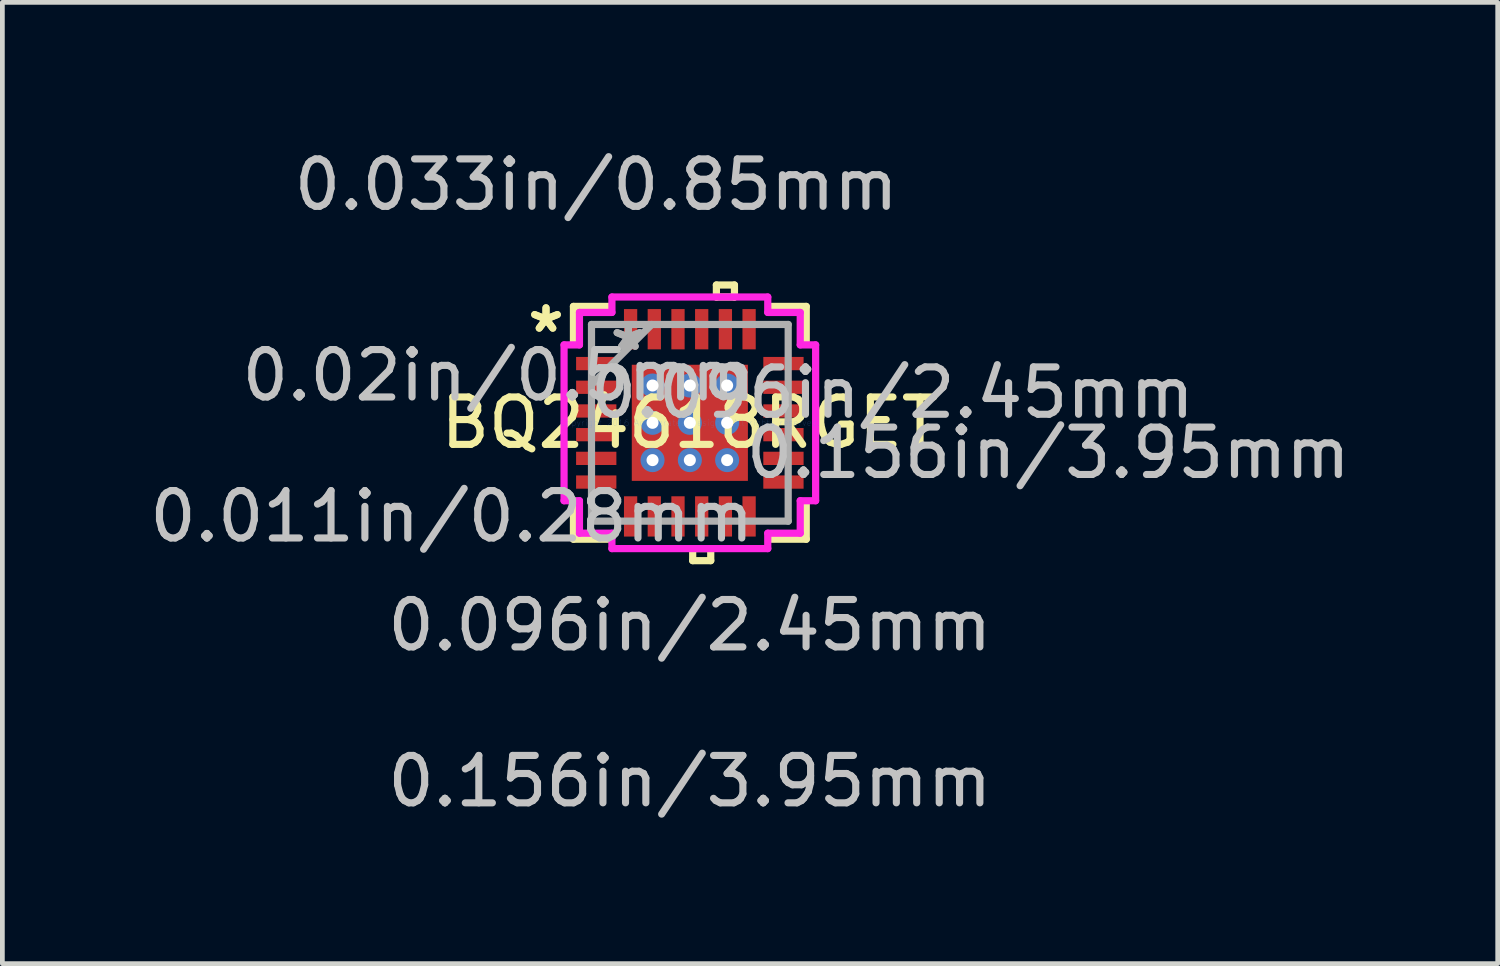
<source format=kicad_pcb>
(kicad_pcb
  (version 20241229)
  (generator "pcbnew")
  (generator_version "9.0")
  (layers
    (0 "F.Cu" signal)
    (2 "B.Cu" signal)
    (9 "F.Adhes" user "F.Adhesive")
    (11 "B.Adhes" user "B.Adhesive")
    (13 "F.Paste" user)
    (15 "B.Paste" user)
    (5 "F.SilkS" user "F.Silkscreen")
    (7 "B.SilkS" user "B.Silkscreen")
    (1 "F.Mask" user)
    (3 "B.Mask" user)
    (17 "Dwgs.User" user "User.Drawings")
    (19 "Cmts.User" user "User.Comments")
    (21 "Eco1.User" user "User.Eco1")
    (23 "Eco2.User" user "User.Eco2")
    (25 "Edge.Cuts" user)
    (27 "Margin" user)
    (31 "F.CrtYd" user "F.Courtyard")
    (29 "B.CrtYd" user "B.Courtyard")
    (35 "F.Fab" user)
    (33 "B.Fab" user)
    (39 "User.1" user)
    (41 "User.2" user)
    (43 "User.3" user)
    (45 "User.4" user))
  (footprint "BQ24618RGET"
    (layer "F.Cu")
    (at 11.505 5.871)
    (property "Reference" "BQ24618RGET" (at 0 0 0) (layer "F.SilkS") (effects (font (size 1 1) (thickness 0.15))))
    (attr through_hole)
    (fp_line (start -1.288 -1.288) (end -0.987 -1.288) (stroke (width 0.152) (type solid)) (layer "F.Mask"))
    (fp_line (start -1.288 -1.288) (end 1.288 -1.288) (stroke (width 0.152) (type solid)) (layer "F.Mask"))
    (fp_line (start -1.288 -0.987) (end -1.288 -1.288) (stroke (width 0.152) (type solid)) (layer "F.Mask"))
    (fp_line (start -1.288 -0.587) (end 1.288 -0.587) (stroke (width 0.152) (type solid)) (layer "F.Mask"))
    (fp_line (start -1.288 -0.2) (end -1.288 -0.587) (stroke (width 0.152) (type solid)) (layer "F.Mask"))
    (fp_line (start -1.288 0.2) (end 1.288 0.2) (stroke (width 0.152) (type solid)) (layer "F.Mask"))
    (fp_line (start -1.288 0.587) (end -1.288 0.2) (stroke (width 0.152) (type solid)) (layer "F.Mask"))
    (fp_line (start -1.288 0.987) (end 1.288 0.987) (stroke (width 0.152) (type solid)) (layer "F.Mask"))
    (fp_line (start -1.288 1.288) (end -1.288 -1.288) (stroke (width 0.152) (type solid)) (layer "F.Mask"))
    (fp_line (start -1.288 1.288) (end -1.288 0.987) (stroke (width 0.152) (type solid)) (layer "F.Mask"))
    (fp_line (start -0.987 -1.288) (end -0.987 1.288) (stroke (width 0.152) (type solid)) (layer "F.Mask"))
    (fp_line (start -0.987 1.288) (end -1.288 1.288) (stroke (width 0.152) (type solid)) (layer "F.Mask"))
    (fp_line (start -0.587 -1.288) (end -0.587 1.288) (stroke (width 0.152) (type solid)) (layer "F.Mask"))
    (fp_line (start -0.587 1.288) (end -0.2 1.288) (stroke (width 0.152) (type solid)) (layer "F.Mask"))
    (fp_line (start -0.2 -1.288) (end -0.587 -1.288) (stroke (width 0.152) (type solid)) (layer "F.Mask"))
    (fp_line (start -0.2 1.288) (end -0.2 -1.288) (stroke (width 0.152) (type solid)) (layer "F.Mask"))
    (fp_line (start 0.2 -1.288) (end 0.2 1.288) (stroke (width 0.152) (type solid)) (layer "F.Mask"))
    (fp_line (start 0.2 1.288) (end 0.587 1.288) (stroke (width 0.152) (type solid)) (layer "F.Mask"))
    (fp_line (start 0.587 -1.288) (end 0.2 -1.288) (stroke (width 0.152) (type solid)) (layer "F.Mask"))
    (fp_line (start 0.587 1.288) (end 0.587 -1.288) (stroke (width 0.152) (type solid)) (layer "F.Mask"))
    (fp_line (start 0.987 -1.288) (end 1.288 -1.288) (stroke (width 0.152) (type solid)) (layer "F.Mask"))
    (fp_line (start 0.987 1.288) (end 0.987 -1.288) (stroke (width 0.152) (type solid)) (layer "F.Mask"))
    (fp_line (start 1.288 -1.288) (end 1.288 -0.987) (stroke (width 0.152) (type solid)) (layer "F.Mask"))
    (fp_line (start 1.288 -1.288) (end 1.288 1.288) (stroke (width 0.152) (type solid)) (layer "F.Mask"))
    (fp_line (start 1.288 -0.987) (end -1.288 -0.987) (stroke (width 0.152) (type solid)) (layer "F.Mask"))
    (fp_line (start 1.288 -0.587) (end 1.288 -0.2) (stroke (width 0.152) (type solid)) (layer "F.Mask"))
    (fp_line (start 1.288 -0.2) (end -1.288 -0.2) (stroke (width 0.152) (type solid)) (layer "F.Mask"))
    (fp_line (start 1.288 0.2) (end 1.288 0.587) (stroke (width 0.152) (type solid)) (layer "F.Mask"))
    (fp_line (start 1.288 0.587) (end -1.288 0.587) (stroke (width 0.152) (type solid)) (layer "F.Mask"))
    (fp_line (start 1.288 0.987) (end 1.288 1.288) (stroke (width 0.152) (type solid)) (layer "F.Mask"))
    (fp_line (start 1.288 1.288) (end -1.288 1.288) (stroke (width 0.152) (type solid)) (layer "F.Mask"))
    (fp_line (start 1.288 1.288) (end 0.987 1.288) (stroke (width 0.152) (type solid)) (layer "F.Mask"))
    (fp_line (start -2.456 -2.456) (end -2.456 -1.718) (stroke (width 0.152) (type solid)) (layer "F.SilkS"))
    (fp_line (start -2.456 1.718) (end -2.456 2.456) (stroke (width 0.152) (type solid)) (layer "F.SilkS"))
    (fp_line (start -2.456 2.456) (end -1.718 2.456) (stroke (width 0.152) (type solid)) (layer "F.SilkS"))
    (fp_line (start -1.718 -2.456) (end -2.456 -2.456) (stroke (width 0.152) (type solid)) (layer "F.SilkS"))
    (fp_line (start 0.06 2.654) (end 0.06 2.908) (stroke (width 0.152) (type solid)) (layer "F.SilkS"))
    (fp_line (start 0.06 2.908) (end 0.441 2.908) (stroke (width 0.152) (type solid)) (layer "F.SilkS"))
    (fp_line (start 0.441 2.654) (end 0.06 2.654) (stroke (width 0.152) (type solid)) (layer "F.SilkS"))
    (fp_line (start 0.441 2.908) (end 0.441 2.654) (stroke (width 0.152) (type solid)) (layer "F.SilkS"))
    (fp_line (start 0.56 -2.908) (end 0.941 -2.908) (stroke (width 0.152) (type solid)) (layer "F.SilkS"))
    (fp_line (start 0.56 -2.654) (end 0.56 -2.908) (stroke (width 0.152) (type solid)) (layer "F.SilkS"))
    (fp_line (start 0.941 -2.908) (end 0.941 -2.654) (stroke (width 0.152) (type solid)) (layer "F.SilkS"))
    (fp_line (start 0.941 -2.654) (end 0.56 -2.654) (stroke (width 0.152) (type solid)) (layer "F.SilkS"))
    (fp_line (start 1.718 2.456) (end 2.456 2.456) (stroke (width 0.152) (type solid)) (layer "F.SilkS"))
    (fp_line (start 2.456 -2.456) (end 1.718 -2.456) (stroke (width 0.152) (type solid)) (layer "F.SilkS"))
    (fp_line (start 2.456 -1.718) (end 2.456 -2.456) (stroke (width 0.152) (type solid)) (layer "F.SilkS"))
    (fp_line (start 2.456 2.456) (end 2.456 1.718) (stroke (width 0.152) (type solid)) (layer "F.SilkS"))
    (fp_line (start -1.15 -1.15) (end -1.15 -0.887) (stroke (width 0.152) (type solid)) (layer "F.Paste"))
    (fp_line (start -1.15 -0.887) (end -1.029 -0.887) (stroke (width 0.152) (type solid)) (layer "F.Paste"))
    (fp_line (start -1.15 -0.687) (end -1.15 -0.1) (stroke (width 0.152) (type solid)) (layer "F.Paste"))
    (fp_line (start -1.15 -0.1) (end -1.029 -0.1) (stroke (width 0.152) (type solid)) (layer "F.Paste"))
    (fp_line (start -1.15 0.1) (end -1.15 0.687) (stroke (width 0.152) (type solid)) (layer "F.Paste"))
    (fp_line (start -1.15 0.687) (end -1.029 0.687) (stroke (width 0.152) (type solid)) (layer "F.Paste"))
    (fp_line (start -1.15 0.887) (end -1.15 1.15) (stroke (width 0.152) (type solid)) (layer "F.Paste"))
    (fp_line (start -1.15 1.15) (end -0.887 1.15) (stroke (width 0.152) (type solid)) (layer "F.Paste"))
    (fp_line (start -1.029 -0.887) (end -1.029 -0.887) (stroke (width 0.152) (type solid)) (layer "F.Paste"))
    (fp_line (start -1.029 -0.887) (end -0.887 -1.029) (stroke (width 0.152) (type solid)) (layer "F.Paste"))
    (fp_line (start -1.029 -0.687) (end -1.15 -0.687) (stroke (width 0.152) (type solid)) (layer "F.Paste"))
    (fp_line (start -1.029 -0.687) (end -1.029 -0.687) (stroke (width 0.152) (type solid)) (layer "F.Paste"))
    (fp_line (start -1.029 -0.1) (end -1.029 -0.1) (stroke (width 0.152) (type solid)) (layer "F.Paste"))
    (fp_line (start -1.029 -0.1) (end -0.887 -0.241) (stroke (width 0.152) (type solid)) (layer "F.Paste"))
    (fp_line (start -1.029 0.1) (end -1.15 0.1) (stroke (width 0.152) (type solid)) (layer "F.Paste"))
    (fp_line (start -1.029 0.1) (end -1.029 0.1) (stroke (width 0.152) (type solid)) (layer "F.Paste"))
    (fp_line (start -1.029 0.687) (end -1.029 0.687) (stroke (width 0.152) (type solid)) (layer "F.Paste"))
    (fp_line (start -1.029 0.687) (end -0.887 0.546) (stroke (width 0.152) (type solid)) (layer "F.Paste"))
    (fp_line (start -1.029 0.887) (end -1.15 0.887) (stroke (width 0.152) (type solid)) (layer "F.Paste"))
    (fp_line (start -1.029 0.887) (end -1.029 0.887) (stroke (width 0.152) (type solid)) (layer "F.Paste"))
    (fp_line (start -0.887 -1.15) (end -1.15 -1.15) (stroke (width 0.152) (type solid)) (layer "F.Paste"))
    (fp_line (start -0.887 -1.029) (end -0.887 -1.15) (stroke (width 0.152) (type solid)) (layer "F.Paste"))
    (fp_line (start -0.887 -1.029) (end -0.887 -1.029) (stroke (width 0.152) (type solid)) (layer "F.Paste"))
    (fp_line (start -0.887 -0.546) (end -1.029 -0.687) (stroke (width 0.152) (type solid)) (layer "F.Paste"))
    (fp_line (start -0.887 -0.546) (end -0.887 -0.546) (stroke (width 0.152) (type solid)) (layer "F.Paste"))
    (fp_line (start -0.887 -0.241) (end -0.887 -0.546) (stroke (width 0.152) (type solid)) (layer "F.Paste"))
    (fp_line (start -0.887 -0.241) (end -0.887 -0.241) (stroke (width 0.152) (type solid)) (layer "F.Paste"))
    (fp_line (start -0.887 0.241) (end -1.029 0.1) (stroke (width 0.152) (type solid)) (layer "F.Paste"))
    (fp_line (start -0.887 0.241) (end -0.887 0.241) (stroke (width 0.152) (type solid)) (layer "F.Paste"))
    (fp_line (start -0.887 0.546) (end -0.887 0.241) (stroke (width 0.152) (type solid)) (layer "F.Paste"))
    (fp_line (start -0.887 0.546) (end -0.887 0.546) (stroke (width 0.152) (type solid)) (layer "F.Paste"))
    (fp_line (start -0.887 1.029) (end -1.029 0.887) (stroke (width 0.152) (type solid)) (layer "F.Paste"))
    (fp_line (start -0.887 1.029) (end -0.887 1.029) (stroke (width 0.152) (type solid)) (layer "F.Paste"))
    (fp_line (start -0.887 1.15) (end -0.887 1.029) (stroke (width 0.152) (type solid)) (layer "F.Paste"))
    (fp_line (start -0.687 -1.15) (end -0.687 -1.029) (stroke (width 0.152) (type solid)) (layer "F.Paste"))
    (fp_line (start -0.687 -1.029) (end -0.687 -1.029) (stroke (width 0.152) (type solid)) (layer "F.Paste"))
    (fp_line (start -0.687 -1.029) (end -0.546 -0.887) (stroke (width 0.152) (type solid)) (layer "F.Paste"))
    (fp_line (start -0.687 -0.546) (end -0.687 -0.546) (stroke (width 0.152) (type solid)) (layer "F.Paste"))
    (fp_line (start -0.687 -0.546) (end -0.687 -0.241) (stroke (width 0.152) (type solid)) (layer "F.Paste"))
    (fp_line (start -0.687 -0.241) (end -0.687 -0.241) (stroke (width 0.152) (type solid)) (layer "F.Paste"))
    (fp_line (start -0.687 -0.241) (end -0.546 -0.1) (stroke (width 0.152) (type solid)) (layer "F.Paste"))
    (fp_line (start -0.687 0.241) (end -0.687 0.241) (stroke (width 0.152) (type solid)) (layer "F.Paste"))
    (fp_line (start -0.687 0.241) (end -0.687 0.546) (stroke (width 0.152) (type solid)) (layer "F.Paste"))
    (fp_line (start -0.687 0.546) (end -0.687 0.546) (stroke (width 0.152) (type solid)) (layer "F.Paste"))
    (fp_line (start -0.687 0.546) (end -0.546 0.687) (stroke (width 0.152) (type solid)) (layer "F.Paste"))
    (fp_line (start -0.687 1.029) (end -0.687 1.029) (stroke (width 0.152) (type solid)) (layer "F.Paste"))
    (fp_line (start -0.687 1.029) (end -0.687 1.15) (stroke (width 0.152) (type solid)) (layer "F.Paste"))
    (fp_line (start -0.687 1.15) (end -0.1 1.15) (stroke (width 0.152) (type solid)) (layer "F.Paste"))
    (fp_line (start -0.546 -0.887) (end -0.546 -0.887) (stroke (width 0.152) (type solid)) (layer "F.Paste"))
    (fp_line (start -0.546 -0.887) (end -0.241 -0.887) (stroke (width 0.152) (type solid)) (layer "F.Paste"))
    (fp_line (start -0.546 -0.687) (end -0.687 -0.546) (stroke (width 0.152) (type solid)) (layer "F.Paste"))
    (fp_line (start -0.546 -0.687) (end -0.546 -0.687) (stroke (width 0.152) (type solid)) (layer "F.Paste"))
    (fp_line (start -0.546 -0.1) (end -0.546 -0.1) (stroke (width 0.152) (type solid)) (layer "F.Paste"))
    (fp_line (start -0.546 -0.1) (end -0.241 -0.1) (stroke (width 0.152) (type solid)) (layer "F.Paste"))
    (fp_line (start -0.546 0.1) (end -0.687 0.241) (stroke (width 0.152) (type solid)) (layer "F.Paste"))
    (fp_line (start -0.546 0.1) (end -0.546 0.1) (stroke (width 0.152) (type solid)) (layer "F.Paste"))
    (fp_line (start -0.546 0.687) (end -0.546 0.687) (stroke (width 0.152) (type solid)) (layer "F.Paste"))
    (fp_line (start -0.546 0.687) (end -0.241 0.687) (stroke (width 0.152) (type solid)) (layer "F.Paste"))
    (fp_line (start -0.546 0.887) (end -0.687 1.029) (stroke (width 0.152) (type solid)) (layer "F.Paste"))
    (fp_line (start -0.546 0.887) (end -0.546 0.887) (stroke (width 0.152) (type solid)) (layer "F.Paste"))
    (fp_line (start -0.241 -0.887) (end -0.241 -0.887) (stroke (width 0.152) (type solid)) (layer "F.Paste"))
    (fp_line (start -0.241 -0.887) (end -0.1 -1.029) (stroke (width 0.152) (type solid)) (layer "F.Paste"))
    (fp_line (start -0.241 -0.687) (end -0.546 -0.687) (stroke (width 0.152) (type solid)) (layer "F.Paste"))
    (fp_line (start -0.241 -0.687) (end -0.241 -0.687) (stroke (width 0.152) (type solid)) (layer "F.Paste"))
    (fp_line (start -0.241 -0.1) (end -0.241 -0.1) (stroke (width 0.152) (type solid)) (layer "F.Paste"))
    (fp_line (start -0.241 -0.1) (end -0.1 -0.241) (stroke (width 0.152) (type solid)) (layer "F.Paste"))
    (fp_line (start -0.241 0.1) (end -0.546 0.1) (stroke (width 0.152) (type solid)) (layer "F.Paste"))
    (fp_line (start -0.241 0.1) (end -0.241 0.1) (stroke (width 0.152) (type solid)) (layer "F.Paste"))
    (fp_line (start -0.241 0.687) (end -0.241 0.687) (stroke (width 0.152) (type solid)) (layer "F.Paste"))
    (fp_line (start -0.241 0.687) (end -0.1 0.546) (stroke (width 0.152) (type solid)) (layer "F.Paste"))
    (fp_line (start -0.241 0.887) (end -0.546 0.887) (stroke (width 0.152) (type solid)) (layer "F.Paste"))
    (fp_line (start -0.241 0.887) (end -0.241 0.887) (stroke (width 0.152) (type solid)) (layer "F.Paste"))
    (fp_line (start -0.1 -1.15) (end -0.687 -1.15) (stroke (width 0.152) (type solid)) (layer "F.Paste"))
    (fp_line (start -0.1 -1.029) (end -0.1 -1.15) (stroke (width 0.152) (type solid)) (layer "F.Paste"))
    (fp_line (start -0.1 -1.029) (end -0.1 -1.029) (stroke (width 0.152) (type solid)) (layer "F.Paste"))
    (fp_line (start -0.1 -0.546) (end -0.241 -0.687) (stroke (width 0.152) (type solid)) (layer "F.Paste"))
    (fp_line (start -0.1 -0.546) (end -0.1 -0.546) (stroke (width 0.152) (type solid)) (layer "F.Paste"))
    (fp_line (start -0.1 -0.241) (end -0.1 -0.546) (stroke (width 0.152) (type solid)) (layer "F.Paste"))
    (fp_line (start -0.1 -0.241) (end -0.1 -0.241) (stroke (width 0.152) (type solid)) (layer "F.Paste"))
    (fp_line (start -0.1 0.241) (end -0.241 0.1) (stroke (width 0.152) (type solid)) (layer "F.Paste"))
    (fp_line (start -0.1 0.241) (end -0.1 0.241) (stroke (width 0.152) (type solid)) (layer "F.Paste"))
    (fp_line (start -0.1 0.546) (end -0.1 0.241) (stroke (width 0.152) (type solid)) (layer "F.Paste"))
    (fp_line (start -0.1 0.546) (end -0.1 0.546) (stroke (width 0.152) (type solid)) (layer "F.Paste"))
    (fp_line (start -0.1 1.029) (end -0.241 0.887) (stroke (width 0.152) (type solid)) (layer "F.Paste"))
    (fp_line (start -0.1 1.029) (end -0.1 1.029) (stroke (width 0.152) (type solid)) (layer "F.Paste"))
    (fp_line (start -0.1 1.15) (end -0.1 1.029) (stroke (width 0.152) (type solid)) (layer "F.Paste"))
    (fp_line (start 0.1 -1.15) (end 0.1 -1.029) (stroke (width 0.152) (type solid)) (layer "F.Paste"))
    (fp_line (start 0.1 -1.029) (end 0.1 -1.029) (stroke (width 0.152) (type solid)) (layer "F.Paste"))
    (fp_line (start 0.1 -1.029) (end 0.241 -0.887) (stroke (width 0.152) (type solid)) (layer "F.Paste"))
    (fp_line (start 0.1 -0.546) (end 0.1 -0.546) (stroke (width 0.152) (type solid)) (layer "F.Paste"))
    (fp_line (start 0.1 -0.546) (end 0.1 -0.241) (stroke (width 0.152) (type solid)) (layer "F.Paste"))
    (fp_line (start 0.1 -0.241) (end 0.1 -0.241) (stroke (width 0.152) (type solid)) (layer "F.Paste"))
    (fp_line (start 0.1 -0.241) (end 0.241 -0.1) (stroke (width 0.152) (type solid)) (layer "F.Paste"))
    (fp_line (start 0.1 0.241) (end 0.1 0.241) (stroke (width 0.152) (type solid)) (layer "F.Paste"))
    (fp_line (start 0.1 0.241) (end 0.1 0.546) (stroke (width 0.152) (type solid)) (layer "F.Paste"))
    (fp_line (start 0.1 0.546) (end 0.1 0.546) (stroke (width 0.152) (type solid)) (layer "F.Paste"))
    (fp_line (start 0.1 0.546) (end 0.241 0.687) (stroke (width 0.152) (type solid)) (layer "F.Paste"))
    (fp_line (start 0.1 1.029) (end 0.1 1.029) (stroke (width 0.152) (type solid)) (layer "F.Paste"))
    (fp_line (start 0.1 1.029) (end 0.1 1.15) (stroke (width 0.152) (type solid)) (layer "F.Paste"))
    (fp_line (start 0.1 1.15) (end 0.687 1.15) (stroke (width 0.152) (type solid)) (layer "F.Paste"))
    (fp_line (start 0.241 -0.887) (end 0.241 -0.887) (stroke (width 0.152) (type solid)) (layer "F.Paste"))
    (fp_line (start 0.241 -0.887) (end 0.546 -0.887) (stroke (width 0.152) (type solid)) (layer "F.Paste"))
    (fp_line (start 0.241 -0.687) (end 0.1 -0.546) (stroke (width 0.152) (type solid)) (layer "F.Paste"))
    (fp_line (start 0.241 -0.687) (end 0.241 -0.687) (stroke (width 0.152) (type solid)) (layer "F.Paste"))
    (fp_line (start 0.241 -0.1) (end 0.241 -0.1) (stroke (width 0.152) (type solid)) (layer "F.Paste"))
    (fp_line (start 0.241 -0.1) (end 0.546 -0.1) (stroke (width 0.152) (type solid)) (layer "F.Paste"))
    (fp_line (start 0.241 0.1) (end 0.1 0.241) (stroke (width 0.152) (type solid)) (layer "F.Paste"))
    (fp_line (start 0.241 0.1) (end 0.241 0.1) (stroke (width 0.152) (type solid)) (layer "F.Paste"))
    (fp_line (start 0.241 0.687) (end 0.241 0.687) (stroke (width 0.152) (type solid)) (layer "F.Paste"))
    (fp_line (start 0.241 0.687) (end 0.546 0.687) (stroke (width 0.152) (type solid)) (layer "F.Paste"))
    (fp_line (start 0.241 0.887) (end 0.1 1.029) (stroke (width 0.152) (type solid)) (layer "F.Paste"))
    (fp_line (start 0.241 0.887) (end 0.241 0.887) (stroke (width 0.152) (type solid)) (layer "F.Paste"))
    (fp_line (start 0.546 -0.887) (end 0.546 -0.887) (stroke (width 0.152) (type solid)) (layer "F.Paste"))
    (fp_line (start 0.546 -0.887) (end 0.687 -1.029) (stroke (width 0.152) (type solid)) (layer "F.Paste"))
    (fp_line (start 0.546 -0.687) (end 0.241 -0.687) (stroke (width 0.152) (type solid)) (layer "F.Paste"))
    (fp_line (start 0.546 -0.687) (end 0.546 -0.687) (stroke (width 0.152) (type solid)) (layer "F.Paste"))
    (fp_line (start 0.546 -0.1) (end 0.546 -0.1) (stroke (width 0.152) (type solid)) (layer "F.Paste"))
    (fp_line (start 0.546 -0.1) (end 0.687 -0.241) (stroke (width 0.152) (type solid)) (layer "F.Paste"))
    (fp_line (start 0.546 0.1) (end 0.241 0.1) (stroke (width 0.152) (type solid)) (layer "F.Paste"))
    (fp_line (start 0.546 0.1) (end 0.546 0.1) (stroke (width 0.152) (type solid)) (layer "F.Paste"))
    (fp_line (start 0.546 0.687) (end 0.546 0.687) (stroke (width 0.152) (type solid)) (layer "F.Paste"))
    (fp_line (start 0.546 0.687) (end 0.687 0.546) (stroke (width 0.152) (type solid)) (layer "F.Paste"))
    (fp_line (start 0.546 0.887) (end 0.241 0.887) (stroke (width 0.152) (type solid)) (layer "F.Paste"))
    (fp_line (start 0.546 0.887) (end 0.546 0.887) (stroke (width 0.152) (type solid)) (layer "F.Paste"))
    (fp_line (start 0.687 -1.15) (end 0.1 -1.15) (stroke (width 0.152) (type solid)) (layer "F.Paste"))
    (fp_line (start 0.687 -1.029) (end 0.687 -1.15) (stroke (width 0.152) (type solid)) (layer "F.Paste"))
    (fp_line (start 0.687 -1.029) (end 0.687 -1.029) (stroke (width 0.152) (type solid)) (layer "F.Paste"))
    (fp_line (start 0.687 -0.546) (end 0.546 -0.687) (stroke (width 0.152) (type solid)) (layer "F.Paste"))
    (fp_line (start 0.687 -0.546) (end 0.687 -0.546) (stroke (width 0.152) (type solid)) (layer "F.Paste"))
    (fp_line (start 0.687 -0.241) (end 0.687 -0.546) (stroke (width 0.152) (type solid)) (layer "F.Paste"))
    (fp_line (start 0.687 -0.241) (end 0.687 -0.241) (stroke (width 0.152) (type solid)) (layer "F.Paste"))
    (fp_line (start 0.687 0.241) (end 0.546 0.1) (stroke (width 0.152) (type solid)) (layer "F.Paste"))
    (fp_line (start 0.687 0.241) (end 0.687 0.241) (stroke (width 0.152) (type solid)) (layer "F.Paste"))
    (fp_line (start 0.687 0.546) (end 0.687 0.241) (stroke (width 0.152) (type solid)) (layer "F.Paste"))
    (fp_line (start 0.687 0.546) (end 0.687 0.546) (stroke (width 0.152) (type solid)) (layer "F.Paste"))
    (fp_line (start 0.687 1.029) (end 0.546 0.887) (stroke (width 0.152) (type solid)) (layer "F.Paste"))
    (fp_line (start 0.687 1.029) (end 0.687 1.029) (stroke (width 0.152) (type solid)) (layer "F.Paste"))
    (fp_line (start 0.687 1.15) (end 0.687 1.029) (stroke (width 0.152) (type solid)) (layer "F.Paste"))
    (fp_line (start 0.887 -1.15) (end 0.887 -1.029) (stroke (width 0.152) (type solid)) (layer "F.Paste"))
    (fp_line (start 0.887 -1.029) (end 0.887 -1.029) (stroke (width 0.152) (type solid)) (layer "F.Paste"))
    (fp_line (start 0.887 -1.029) (end 1.029 -0.887) (stroke (width 0.152) (type solid)) (layer "F.Paste"))
    (fp_line (start 0.887 -0.546) (end 0.887 -0.546) (stroke (width 0.152) (type solid)) (layer "F.Paste"))
    (fp_line (start 0.887 -0.546) (end 0.887 -0.241) (stroke (width 0.152) (type solid)) (layer "F.Paste"))
    (fp_line (start 0.887 -0.241) (end 0.887 -0.241) (stroke (width 0.152) (type solid)) (layer "F.Paste"))
    (fp_line (start 0.887 -0.241) (end 1.029 -0.1) (stroke (width 0.152) (type solid)) (layer "F.Paste"))
    (fp_line (start 0.887 0.241) (end 0.887 0.241) (stroke (width 0.152) (type solid)) (layer "F.Paste"))
    (fp_line (start 0.887 0.241) (end 0.887 0.546) (stroke (width 0.152) (type solid)) (layer "F.Paste"))
    (fp_line (start 0.887 0.546) (end 0.887 0.546) (stroke (width 0.152) (type solid)) (layer "F.Paste"))
    (fp_line (start 0.887 0.546) (end 1.029 0.687) (stroke (width 0.152) (type solid)) (layer "F.Paste"))
    (fp_line (start 0.887 1.029) (end 0.887 1.029) (stroke (width 0.152) (type solid)) (layer "F.Paste"))
    (fp_line (start 0.887 1.029) (end 0.887 1.15) (stroke (width 0.152) (type solid)) (layer "F.Paste"))
    (fp_line (start 0.887 1.15) (end 1.15 1.15) (stroke (width 0.152) (type solid)) (layer "F.Paste"))
    (fp_line (start 1.029 -0.887) (end 1.029 -0.887) (stroke (width 0.152) (type solid)) (layer "F.Paste"))
    (fp_line (start 1.029 -0.887) (end 1.15 -0.887) (stroke (width 0.152) (type solid)) (layer "F.Paste"))
    (fp_line (start 1.029 -0.687) (end 0.887 -0.546) (stroke (width 0.152) (type solid)) (layer "F.Paste"))
    (fp_line (start 1.029 -0.687) (end 1.029 -0.687) (stroke (width 0.152) (type solid)) (layer "F.Paste"))
    (fp_line (start 1.029 -0.1) (end 1.029 -0.1) (stroke (width 0.152) (type solid)) (layer "F.Paste"))
    (fp_line (start 1.029 -0.1) (end 1.15 -0.1) (stroke (width 0.152) (type solid)) (layer "F.Paste"))
    (fp_line (start 1.029 0.1) (end 0.887 0.241) (stroke (width 0.152) (type solid)) (layer "F.Paste"))
    (fp_line (start 1.029 0.1) (end 1.029 0.1) (stroke (width 0.152) (type solid)) (layer "F.Paste"))
    (fp_line (start 1.029 0.687) (end 1.029 0.687) (stroke (width 0.152) (type solid)) (layer "F.Paste"))
    (fp_line (start 1.029 0.687) (end 1.15 0.687) (stroke (width 0.152) (type solid)) (layer "F.Paste"))
    (fp_line (start 1.029 0.887) (end 0.887 1.029) (stroke (width 0.152) (type solid)) (layer "F.Paste"))
    (fp_line (start 1.029 0.887) (end 1.029 0.887) (stroke (width 0.152) (type solid)) (layer "F.Paste"))
    (fp_line (start 1.15 -1.15) (end 0.887 -1.15) (stroke (width 0.152) (type solid)) (layer "F.Paste"))
    (fp_line (start 1.15 -0.887) (end 1.15 -1.15) (stroke (width 0.152) (type solid)) (layer "F.Paste"))
    (fp_line (start 1.15 -0.687) (end 1.029 -0.687) (stroke (width 0.152) (type solid)) (layer "F.Paste"))
    (fp_line (start 1.15 -0.1) (end 1.15 -0.687) (stroke (width 0.152) (type solid)) (layer "F.Paste"))
    (fp_line (start 1.15 0.1) (end 1.029 0.1) (stroke (width 0.152) (type solid)) (layer "F.Paste"))
    (fp_line (start 1.15 0.687) (end 1.15 0.1) (stroke (width 0.152) (type solid)) (layer "F.Paste"))
    (fp_line (start 1.15 0.887) (end 1.029 0.887) (stroke (width 0.152) (type solid)) (layer "F.Paste"))
    (fp_line (start 1.15 1.15) (end 1.15 0.887) (stroke (width 0.152) (type solid)) (layer "F.Paste"))
    (fp_line (start -2.654 -1.644) (end -2.329 -1.644) (stroke (width 0.152) (type solid)) (layer "F.CrtYd"))
    (fp_line (start -2.654 1.644) (end -2.654 -1.644) (stroke (width 0.152) (type solid)) (layer "F.CrtYd"))
    (fp_line (start -2.329 -2.329) (end -1.644 -2.329) (stroke (width 0.152) (type solid)) (layer "F.CrtYd"))
    (fp_line (start -2.329 -1.644) (end -2.329 -2.329) (stroke (width 0.152) (type solid)) (layer "F.CrtYd"))
    (fp_line (start -2.329 1.644) (end -2.654 1.644) (stroke (width 0.152) (type solid)) (layer "F.CrtYd"))
    (fp_line (start -2.329 2.329) (end -2.329 1.644) (stroke (width 0.152) (type solid)) (layer "F.CrtYd"))
    (fp_line (start -1.644 -2.654) (end 1.644 -2.654) (stroke (width 0.152) (type solid)) (layer "F.CrtYd"))
    (fp_line (start -1.644 -2.329) (end -1.644 -2.654) (stroke (width 0.152) (type solid)) (layer "F.CrtYd"))
    (fp_line (start -1.644 2.329) (end -2.329 2.329) (stroke (width 0.152) (type solid)) (layer "F.CrtYd"))
    (fp_line (start -1.644 2.654) (end -1.644 2.329) (stroke (width 0.152) (type solid)) (layer "F.CrtYd"))
    (fp_line (start 1.644 -2.654) (end 1.644 -2.329) (stroke (width 0.152) (type solid)) (layer "F.CrtYd"))
    (fp_line (start 1.644 -2.329) (end 2.329 -2.329) (stroke (width 0.152) (type solid)) (layer "F.CrtYd"))
    (fp_line (start 1.644 2.329) (end 1.644 2.654) (stroke (width 0.152) (type solid)) (layer "F.CrtYd"))
    (fp_line (start 1.644 2.654) (end -1.644 2.654) (stroke (width 0.152) (type solid)) (layer "F.CrtYd"))
    (fp_line (start 2.329 -2.329) (end 2.329 -1.644) (stroke (width 0.152) (type solid)) (layer "F.CrtYd"))
    (fp_line (start 2.329 -1.644) (end 2.654 -1.644) (stroke (width 0.152) (type solid)) (layer "F.CrtYd"))
    (fp_line (start 2.329 1.644) (end 2.329 2.329) (stroke (width 0.152) (type solid)) (layer "F.CrtYd"))
    (fp_line (start 2.329 2.329) (end 1.644 2.329) (stroke (width 0.152) (type solid)) (layer "F.CrtYd"))
    (fp_line (start 2.654 -1.644) (end 2.654 1.644) (stroke (width 0.152) (type solid)) (layer "F.CrtYd"))
    (fp_line (start 2.654 1.644) (end 2.329 1.644) (stroke (width 0.152) (type solid)) (layer "F.CrtYd"))
    (fp_line (start -2.075 -2.075) (end -2.075 2.075) (stroke (width 0.152) (type solid)) (layer "F.Fab"))
    (fp_line (start -2.075 -0.805) (end -0.805 -2.075) (stroke (width 0.152) (type solid)) (layer "F.Fab"))
    (fp_line (start -2.075 2.075) (end 2.075 2.075) (stroke (width 0.152) (type solid)) (layer "F.Fab"))
    (fp_line (start 2.075 -2.075) (end -2.075 -2.075) (stroke (width 0.152) (type solid)) (layer "F.Fab"))
    (fp_line (start 2.075 2.075) (end 2.075 -2.075) (stroke (width 0.152) (type solid)) (layer "F.Fab"))
    (fp_text user "*" (at -3.035 -1.881 0) (layer "F.SilkS") (effects (font (size 1 1) (thickness 0.15))))
    (fp_text user "*" (at -3.035 -1.881 0) (layer "F.SilkS") (effects (font (size 1 1) (thickness 0.15))))
    (fp_text user "0.096in/2.45mm" (at 0 4.273 0) (layer "Dwgs.User") (effects (font (size 1 1) (thickness 0.15))))
    (fp_text user "0.033in/0.85mm" (at -1.975 -5.023 0) (layer "Dwgs.User") (effects (font (size 1 1) (thickness 0.15))))
    (fp_text user "0.156in/3.95mm" (at 7.563 0.635 0) (layer "Dwgs.User") (effects (font (size 1 1) (thickness 0.15))))
    (fp_text user "0.096in/2.45mm" (at 4.273 -0.635 0) (layer "Dwgs.User") (effects (font (size 1 1) (thickness 0.15))))
    (fp_text user "0.02in/0.5mm" (at -4.028 -1 0) (layer "Dwgs.User") (effects (font (size 1 1) (thickness 0.15))))
    (fp_text user "0.156in/3.95mm" (at 0 7.563 0) (layer "Dwgs.User") (effects (font (size 1 1) (thickness 0.15))))
    (fp_text user "0.011in/0.28mm" (at -5.023 1.975 0) (layer "Dwgs.User") (effects (font (size 1 1) (thickness 0.15))))
    (fp_text user "Copyright 2016 Accelerated Designs. All rights reserved." (at 0 0 0) (layer "Cmts.User") (effects (font (size 0.127 0.127) (thickness 0.002))))
    (fp_text user "*" (at -1.296 -1.5 0) (layer "F.Fab") (effects (font (size 1 1) (thickness 0.15))))
    (fp_text user "*" (at -1.296 -1.5 0) (layer "F.Fab") (effects (font (size 1 1) (thickness 0.15))))
    (pad "1" smd rect (at -1.975 -1.25 90) (size 0.28 0.85) (layers "F.Cu" "F.Mask" "F.Paste"))
    (pad "2" smd rect (at -1.975 -0.75 90) (size 0.28 0.85) (layers "F.Cu" "F.Mask" "F.Paste"))
    (pad "3" smd rect (at -1.975 -0.25 90) (size 0.28 0.85) (layers "F.Cu" "F.Mask" "F.Paste"))
    (pad "4" smd rect (at -1.975 0.25 90) (size 0.28 0.85) (layers "F.Cu" "F.Mask" "F.Paste"))
    (pad "5" smd rect (at -1.975 0.75 90) (size 0.28 0.85) (layers "F.Cu" "F.Mask" "F.Paste"))
    (pad "6" smd rect (at -1.975 1.25 90) (size 0.28 0.85) (layers "F.Cu" "F.Mask" "F.Paste"))
    (pad "7" smd rect (at -1.25 1.975) (size 0.28 0.85) (layers "F.Cu" "F.Mask" "F.Paste"))
    (pad "8" smd rect (at -0.75 1.975) (size 0.28 0.85) (layers "F.Cu" "F.Mask" "F.Paste"))
    (pad "9" smd rect (at -0.25 1.975) (size 0.28 0.85) (layers "F.Cu" "F.Mask" "F.Paste"))
    (pad "10" smd rect (at 0.25 1.975) (size 0.28 0.85) (layers "F.Cu" "F.Mask" "F.Paste"))
    (pad "11" smd rect (at 0.75 1.975) (size 0.28 0.85) (layers "F.Cu" "F.Mask" "F.Paste"))
    (pad "12" smd rect (at 1.25 1.975) (size 0.28 0.85) (layers "F.Cu" "F.Mask" "F.Paste"))
    (pad "13" smd rect (at 1.975 1.25 90) (size 0.28 0.85) (layers "F.Cu" "F.Mask" "F.Paste"))
    (pad "14" smd rect (at 1.975 0.75 90) (size 0.28 0.85) (layers "F.Cu" "F.Mask" "F.Paste"))
    (pad "15" smd rect (at 1.975 0.25 90) (size 0.28 0.85) (layers "F.Cu" "F.Mask" "F.Paste"))
    (pad "16" smd rect (at 1.975 -0.25 90) (size 0.28 0.85) (layers "F.Cu" "F.Mask" "F.Paste"))
    (pad "17" smd rect (at 1.975 -0.75 90) (size 0.28 0.85) (layers "F.Cu" "F.Mask" "F.Paste"))
    (pad "18" smd rect (at 1.975 -1.25 90) (size 0.28 0.85) (layers "F.Cu" "F.Mask" "F.Paste"))
    (pad "19" smd rect (at 1.25 -1.975) (size 0.28 0.85) (layers "F.Cu" "F.Mask" "F.Paste"))
    (pad "20" smd rect (at 0.75 -1.975) (size 0.28 0.85) (layers "F.Cu" "F.Mask" "F.Paste"))
    (pad "21" smd rect (at 0.25 -1.975) (size 0.28 0.85) (layers "F.Cu" "F.Mask" "F.Paste"))
    (pad "22" smd rect (at -0.25 -1.975) (size 0.28 0.85) (layers "F.Cu" "F.Mask" "F.Paste"))
    (pad "23" smd rect (at -0.75 -1.975) (size 0.28 0.85) (layers "F.Cu" "F.Mask" "F.Paste"))
    (pad "24" smd rect (at -1.25 -1.975) (size 0.28 0.85) (layers "F.Cu" "F.Mask" "F.Paste"))
    (pad "25" smd rect (at 0 0) (size 2.45 2.45) (layers "F.Cu" "F.Mask" "F.Paste"))
    (pad "V" thru_hole circle (at -0.787 -0.787) (size 0.508 0.508) (drill 0.254) (layers "*.Cu" "*.Mask"))
    (pad "V" thru_hole circle (at -0.787 0) (size 0.508 0.508) (drill 0.254) (layers "*.Cu" "*.Mask"))
    (pad "V" thru_hole circle (at -0.787 0.787) (size 0.508 0.508) (drill 0.254) (layers "*.Cu" "*.Mask"))
    (pad "V" thru_hole circle (at 0 -0.787) (size 0.508 0.508) (drill 0.254) (layers "*.Cu" "*.Mask"))
    (pad "V" thru_hole circle (at 0 0) (size 0.508 0.508) (drill 0.254) (layers "*.Cu" "*.Mask"))
    (pad "V" thru_hole circle (at 0 0.787) (size 0.508 0.508) (drill 0.254) (layers "*.Cu" "*.Mask"))
    (pad "V" thru_hole circle (at 0.787 -0.787) (size 0.508 0.508) (drill 0.254) (layers "*.Cu" "*.Mask"))
    (pad "V" thru_hole circle (at 0.787 0) (size 0.508 0.508) (drill 0.254) (layers "*.Cu" "*.Mask"))
    (pad "V" thru_hole circle (at 0.787 0.787) (size 0.508 0.508) (drill 0.254) (layers "*.Cu" "*.Mask")))
  (gr_rect
    (start -3 -3)
    (end 28.55 17.282)
    (stroke (width 0.1) (type default))
    (fill no)
    (layer "Edge.Cuts")))
</source>
